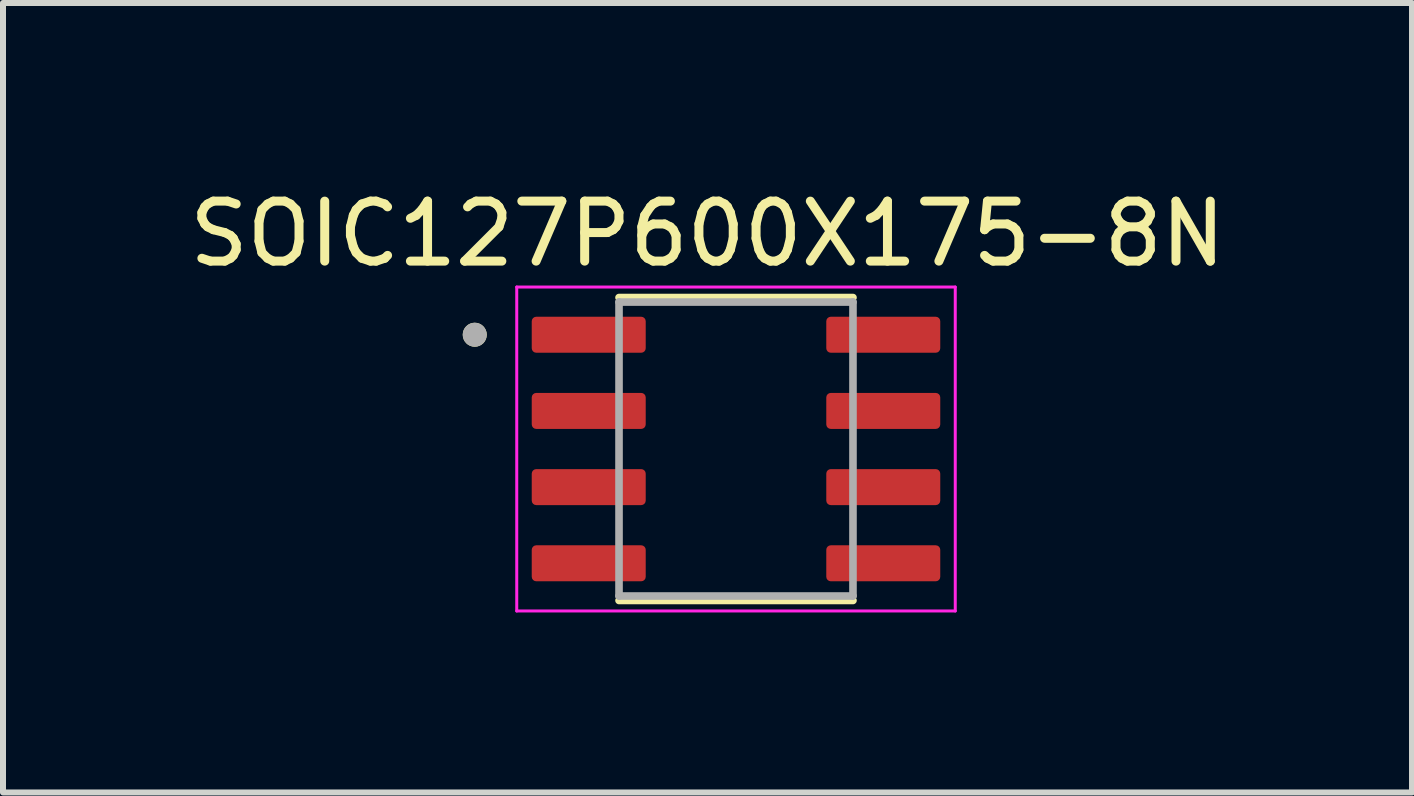
<source format=kicad_pcb>
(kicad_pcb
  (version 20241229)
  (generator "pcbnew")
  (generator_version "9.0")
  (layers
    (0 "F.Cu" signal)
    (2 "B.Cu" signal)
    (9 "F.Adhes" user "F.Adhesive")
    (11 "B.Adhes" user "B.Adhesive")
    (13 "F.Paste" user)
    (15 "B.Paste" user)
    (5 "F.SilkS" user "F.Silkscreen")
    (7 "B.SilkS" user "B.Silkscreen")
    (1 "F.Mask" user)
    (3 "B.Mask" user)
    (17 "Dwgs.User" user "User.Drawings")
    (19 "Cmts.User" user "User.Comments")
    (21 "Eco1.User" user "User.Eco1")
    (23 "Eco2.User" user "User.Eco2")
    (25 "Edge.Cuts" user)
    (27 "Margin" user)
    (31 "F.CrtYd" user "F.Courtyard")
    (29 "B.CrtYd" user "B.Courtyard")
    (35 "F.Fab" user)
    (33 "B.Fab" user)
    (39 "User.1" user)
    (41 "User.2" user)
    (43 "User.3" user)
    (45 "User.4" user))
  (footprint "SOIC127P600X175-8N"
    (layer "F.Cu")
    (at 9.219 4.435)
    (property "Reference" "SOIC127P600X175-8N" (at -0.475 -3.587 0) (layer "F.SilkS") (effects (font (size 1 1) (thickness 0.15))))
    (attr smd)
    (fp_line (start -1.95 -2.525) (end 1.95 -2.525) (stroke (width 0.127) (type solid)) (layer "F.SilkS"))
    (fp_line (start -1.95 2.525) (end 1.95 2.525) (stroke (width 0.127) (type solid)) (layer "F.SilkS"))
    (fp_circle (center -4.355 -1.905) (end -4.255 -1.905) (stroke (width 0.2) (type solid)) (fill no) (layer "F.SilkS"))
    (fp_line (start -3.655 -2.7) (end -3.655 2.7) (stroke (width 0.05) (type solid)) (layer "F.CrtYd"))
    (fp_line (start -3.655 -2.7) (end 3.655 -2.7) (stroke (width 0.05) (type solid)) (layer "F.CrtYd"))
    (fp_line (start -3.655 2.7) (end 3.655 2.7) (stroke (width 0.05) (type solid)) (layer "F.CrtYd"))
    (fp_line (start 3.655 -2.7) (end 3.655 2.7) (stroke (width 0.05) (type solid)) (layer "F.CrtYd"))
    (fp_line (start -1.95 -2.45) (end -1.95 2.45) (stroke (width 0.127) (type solid)) (layer "F.Fab"))
    (fp_line (start -1.95 -2.45) (end 1.95 -2.45) (stroke (width 0.127) (type solid)) (layer "F.Fab"))
    (fp_line (start -1.95 2.45) (end 1.95 2.45) (stroke (width 0.127) (type solid)) (layer "F.Fab"))
    (fp_line (start 1.95 -2.45) (end 1.95 2.45) (stroke (width 0.127) (type solid)) (layer "F.Fab"))
    (fp_circle (center -4.355 -1.905) (end -4.255 -1.905) (stroke (width 0.2) (type solid)) (fill no) (layer "F.Fab"))
    (pad "1" smd roundrect (at -2.455 -1.905) (size 1.9 0.6) (layers "F.Cu" "F.Mask" "F.Paste") (roundrect_rratio 0.125))
    (pad "2" smd roundrect (at -2.455 -0.635) (size 1.9 0.6) (layers "F.Cu" "F.Mask" "F.Paste") (roundrect_rratio 0.125))
    (pad "3" smd roundrect (at -2.455 0.635) (size 1.9 0.6) (layers "F.Cu" "F.Mask" "F.Paste") (roundrect_rratio 0.125))
    (pad "4" smd roundrect (at -2.455 1.905) (size 1.9 0.6) (layers "F.Cu" "F.Mask" "F.Paste") (roundrect_rratio 0.125))
    (pad "5" smd roundrect (at 2.455 1.905) (size 1.9 0.6) (layers "F.Cu" "F.Mask" "F.Paste") (roundrect_rratio 0.125))
    (pad "6" smd roundrect (at 2.455 0.635) (size 1.9 0.6) (layers "F.Cu" "F.Mask" "F.Paste") (roundrect_rratio 0.125))
    (pad "7" smd roundrect (at 2.455 -0.635) (size 1.9 0.6) (layers "F.Cu" "F.Mask" "F.Paste") (roundrect_rratio 0.125))
    (pad "8" smd roundrect (at 2.455 -1.905) (size 1.9 0.6) (layers "F.Cu" "F.Mask" "F.Paste") (roundrect_rratio 0.125)))
  (gr_rect
    (start -3 -3)
    (end 20.488 10.16)
    (stroke (width 0.1) (type default))
    (fill no)
    (layer "Edge.Cuts")))
</source>
